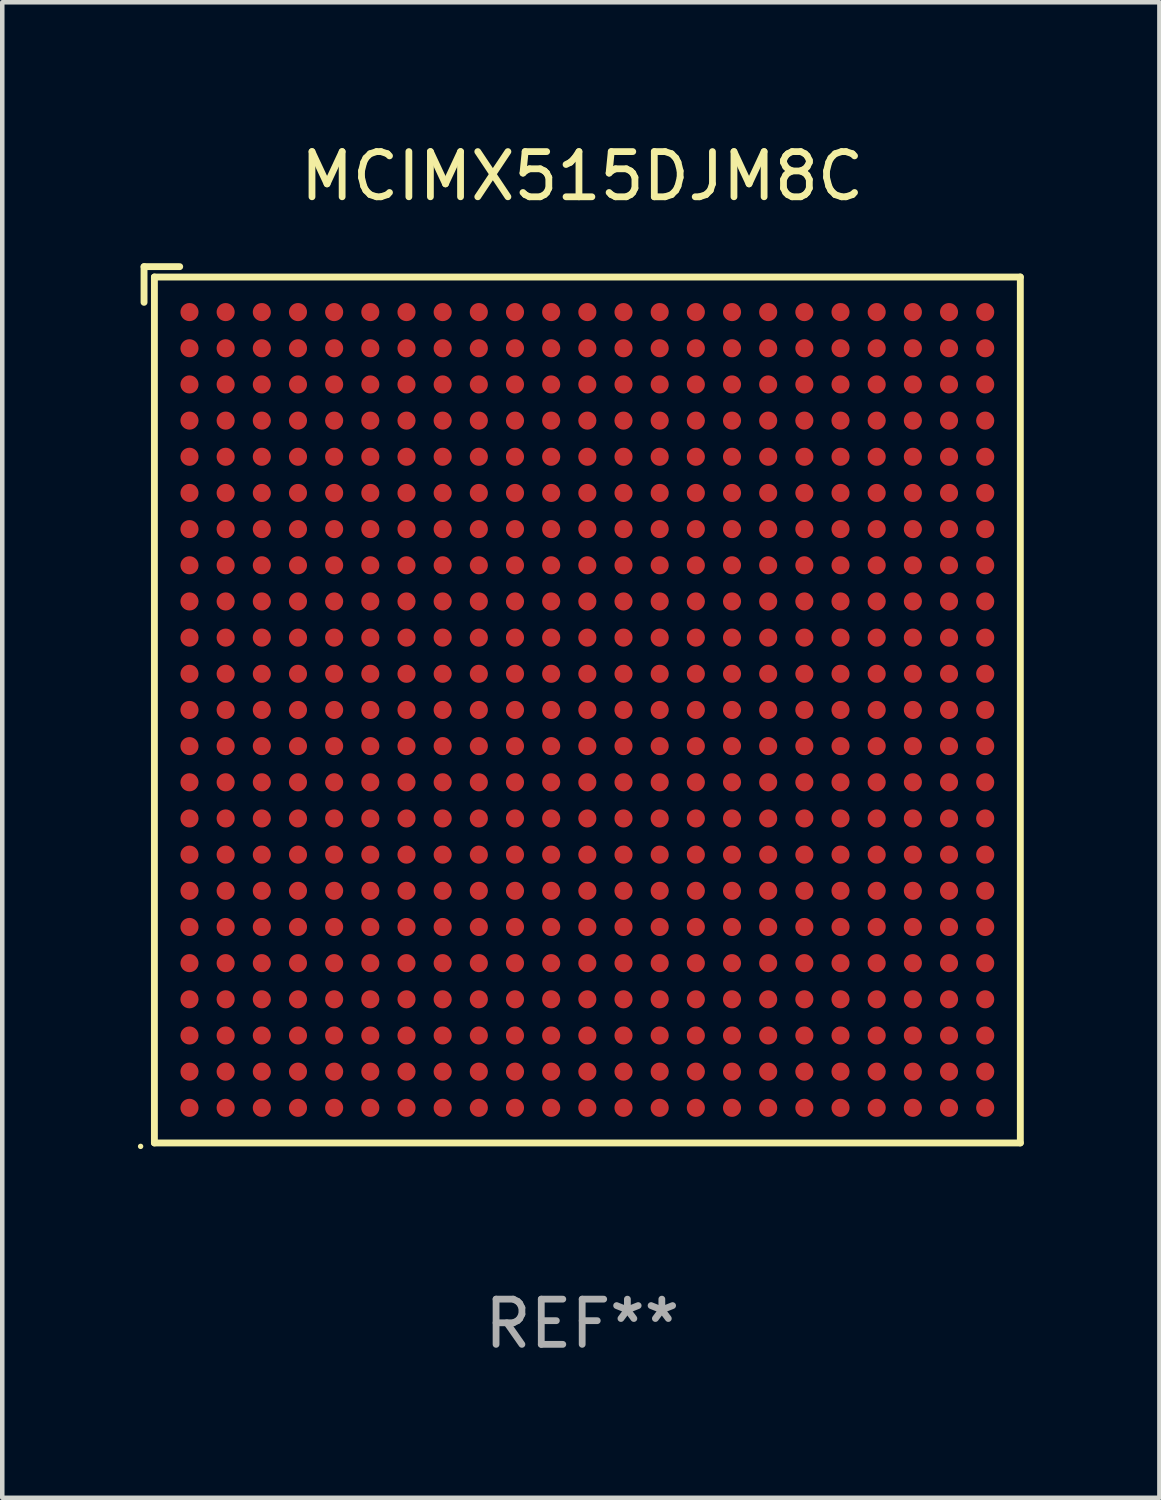
<source format=kicad_pcb>
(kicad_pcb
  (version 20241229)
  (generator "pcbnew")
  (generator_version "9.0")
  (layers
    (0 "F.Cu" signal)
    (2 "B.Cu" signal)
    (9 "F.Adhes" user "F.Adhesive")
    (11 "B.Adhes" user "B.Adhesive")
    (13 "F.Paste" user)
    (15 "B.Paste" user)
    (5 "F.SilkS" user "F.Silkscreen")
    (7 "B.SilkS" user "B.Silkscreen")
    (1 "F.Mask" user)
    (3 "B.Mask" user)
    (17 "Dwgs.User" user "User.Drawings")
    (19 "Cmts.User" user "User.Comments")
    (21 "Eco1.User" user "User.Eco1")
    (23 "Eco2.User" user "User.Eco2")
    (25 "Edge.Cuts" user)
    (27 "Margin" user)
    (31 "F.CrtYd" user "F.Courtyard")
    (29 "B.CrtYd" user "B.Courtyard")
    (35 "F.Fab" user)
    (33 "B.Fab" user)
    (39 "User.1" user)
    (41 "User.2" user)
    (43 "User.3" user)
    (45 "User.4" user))
  (footprint "MCIMX515DJM8C"
    (layer "F.Cu")
    (at 9.827 12.539)
    (property "Reference" "MCIMX515DJM8C" (at 0 -11.691 0) (layer "F.SilkS") (effects (font (size 1 1) (thickness 0.15))))
    (attr through_hole)
    (fp_line (start -9.691 -9.691) (end -9.691 -8.902) (stroke (width 0.152) (type solid)) (layer "F.SilkS"))
    (fp_line (start -9.462 -9.462) (end 9.691 -9.462) (stroke (width 0.152) (type solid)) (layer "F.SilkS"))
    (fp_line (start -9.462 9.691) (end -9.462 -9.462) (stroke (width 0.152) (type solid)) (layer "F.SilkS"))
    (fp_line (start -8.902 -9.691) (end -9.691 -9.691) (stroke (width 0.152) (type solid)) (layer "F.SilkS"))
    (fp_line (start 9.691 -9.462) (end 9.691 9.691) (stroke (width 0.152) (type solid)) (layer "F.SilkS"))
    (fp_line (start 9.691 9.691) (end -9.462 9.691) (stroke (width 0.152) (type solid)) (layer "F.SilkS"))
    (fp_circle (center -9.767 9.767) (end -9.737 9.767) (stroke (width 0.06) (type solid)) (fill no) (layer "F.SilkS"))
    (fp_text user "REF**" (at 0 13.691 0) (layer "F.Fab") (effects (font (size 1 1) (thickness 0.15))))
    (pad "A1" smd circle (at -8.686 -8.686) (size 0.4 0.4) (layers "F.Cu" "F.Mask" "F.Paste"))
    (pad "A2" smd circle (at -7.886 -8.686) (size 0.4 0.4) (layers "F.Cu" "F.Mask" "F.Paste"))
    (pad "A3" smd circle (at -7.086 -8.686) (size 0.4 0.4) (layers "F.Cu" "F.Mask" "F.Paste"))
    (pad "A4" smd circle (at -6.286 -8.686) (size 0.4 0.4) (layers "F.Cu" "F.Mask" "F.Paste"))
    (pad "A5" smd circle (at -5.486 -8.686) (size 0.4 0.4) (layers "F.Cu" "F.Mask" "F.Paste"))
    (pad "A6" smd circle (at -4.686 -8.686) (size 0.4 0.4) (layers "F.Cu" "F.Mask" "F.Paste"))
    (pad "A7" smd circle (at -3.886 -8.686) (size 0.4 0.4) (layers "F.Cu" "F.Mask" "F.Paste"))
    (pad "A8" smd circle (at -3.086 -8.686) (size 0.4 0.4) (layers "F.Cu" "F.Mask" "F.Paste"))
    (pad "A9" smd circle (at -2.286 -8.686) (size 0.4 0.4) (layers "F.Cu" "F.Mask" "F.Paste"))
    (pad "A10" smd circle (at -1.486 -8.686) (size 0.4 0.4) (layers "F.Cu" "F.Mask" "F.Paste"))
    (pad "A11" smd circle (at -0.686 -8.686) (size 0.4 0.4) (layers "F.Cu" "F.Mask" "F.Paste"))
    (pad "A12" smd circle (at 0.114 -8.686) (size 0.4 0.4) (layers "F.Cu" "F.Mask" "F.Paste"))
    (pad "A13" smd circle (at 0.914 -8.686) (size 0.4 0.4) (layers "F.Cu" "F.Mask" "F.Paste"))
    (pad "A14" smd circle (at 1.714 -8.686) (size 0.4 0.4) (layers "F.Cu" "F.Mask" "F.Paste"))
    (pad "A15" smd circle (at 2.514 -8.686) (size 0.4 0.4) (layers "F.Cu" "F.Mask" "F.Paste"))
    (pad "A16" smd circle (at 3.314 -8.686) (size 0.4 0.4) (layers "F.Cu" "F.Mask" "F.Paste"))
    (pad "A17" smd circle (at 4.114 -8.686) (size 0.4 0.4) (layers "F.Cu" "F.Mask" "F.Paste"))
    (pad "A18" smd circle (at 4.914 -8.686) (size 0.4 0.4) (layers "F.Cu" "F.Mask" "F.Paste"))
    (pad "A19" smd circle (at 5.714 -8.686) (size 0.4 0.4) (layers "F.Cu" "F.Mask" "F.Paste"))
    (pad "A20" smd circle (at 6.514 -8.686) (size 0.4 0.4) (layers "F.Cu" "F.Mask" "F.Paste"))
    (pad "A21" smd circle (at 7.314 -8.686) (size 0.4 0.4) (layers "F.Cu" "F.Mask" "F.Paste"))
    (pad "A22" smd circle (at 8.114 -8.686) (size 0.4 0.4) (layers "F.Cu" "F.Mask" "F.Paste"))
    (pad "A23" smd circle (at 8.914 -8.686) (size 0.4 0.4) (layers "F.Cu" "F.Mask" "F.Paste"))
    (pad "AA1" smd circle (at -8.686 7.314) (size 0.4 0.4) (layers "F.Cu" "F.Mask" "F.Paste"))
    (pad "AA2" smd circle (at -7.886 7.314) (size 0.4 0.4) (layers "F.Cu" "F.Mask" "F.Paste"))
    (pad "AA3" smd circle (at -7.086 7.314) (size 0.4 0.4) (layers "F.Cu" "F.Mask" "F.Paste"))
    (pad "AA4" smd circle (at -6.286 7.314) (size 0.4 0.4) (layers "F.Cu" "F.Mask" "F.Paste"))
    (pad "AA5" smd circle (at -5.486 7.314) (size 0.4 0.4) (layers "F.Cu" "F.Mask" "F.Paste"))
    (pad "AA6" smd circle (at -4.686 7.314) (size 0.4 0.4) (layers "F.Cu" "F.Mask" "F.Paste"))
    (pad "AA7" smd circle (at -3.886 7.314) (size 0.4 0.4) (layers "F.Cu" "F.Mask" "F.Paste"))
    (pad "AA8" smd circle (at -3.086 7.314) (size 0.4 0.4) (layers "F.Cu" "F.Mask" "F.Paste"))
    (pad "AA9" smd circle (at -2.286 7.314) (size 0.4 0.4) (layers "F.Cu" "F.Mask" "F.Paste"))
    (pad "AA10" smd circle (at -1.486 7.314) (size 0.4 0.4) (layers "F.Cu" "F.Mask" "F.Paste"))
    (pad "AA11" smd circle (at -0.686 7.314) (size 0.4 0.4) (layers "F.Cu" "F.Mask" "F.Paste"))
    (pad "AA12" smd circle (at 0.114 7.314) (size 0.4 0.4) (layers "F.Cu" "F.Mask" "F.Paste"))
    (pad "AA13" smd circle (at 0.914 7.314) (size 0.4 0.4) (layers "F.Cu" "F.Mask" "F.Paste"))
    (pad "AA14" smd circle (at 1.714 7.314) (size 0.4 0.4) (layers "F.Cu" "F.Mask" "F.Paste"))
    (pad "AA15" smd circle (at 2.514 7.314) (size 0.4 0.4) (layers "F.Cu" "F.Mask" "F.Paste"))
    (pad "AA16" smd circle (at 3.314 7.314) (size 0.4 0.4) (layers "F.Cu" "F.Mask" "F.Paste"))
    (pad "AA17" smd circle (at 4.114 7.314) (size 0.4 0.4) (layers "F.Cu" "F.Mask" "F.Paste"))
    (pad "AA18" smd circle (at 4.914 7.314) (size 0.4 0.4) (layers "F.Cu" "F.Mask" "F.Paste"))
    (pad "AA19" smd circle (at 5.714 7.314) (size 0.4 0.4) (layers "F.Cu" "F.Mask" "F.Paste"))
    (pad "AA20" smd circle (at 6.514 7.314) (size 0.4 0.4) (layers "F.Cu" "F.Mask" "F.Paste"))
    (pad "AA21" smd circle (at 7.314 7.314) (size 0.4 0.4) (layers "F.Cu" "F.Mask" "F.Paste"))
    (pad "AA22" smd circle (at 8.114 7.314) (size 0.4 0.4) (layers "F.Cu" "F.Mask" "F.Paste"))
    (pad "AA23" smd circle (at 8.914 7.314) (size 0.4 0.4) (layers "F.Cu" "F.Mask" "F.Paste"))
    (pad "AB1" smd circle (at -8.686 8.114) (size 0.4 0.4) (layers "F.Cu" "F.Mask" "F.Paste"))
    (pad "AB2" smd circle (at -7.886 8.114) (size 0.4 0.4) (layers "F.Cu" "F.Mask" "F.Paste"))
    (pad "AB3" smd circle (at -7.086 8.114) (size 0.4 0.4) (layers "F.Cu" "F.Mask" "F.Paste"))
    (pad "AB4" smd circle (at -6.286 8.114) (size 0.4 0.4) (layers "F.Cu" "F.Mask" "F.Paste"))
    (pad "AB5" smd circle (at -5.486 8.114) (size 0.4 0.4) (layers "F.Cu" "F.Mask" "F.Paste"))
    (pad "AB6" smd circle (at -4.686 8.114) (size 0.4 0.4) (layers "F.Cu" "F.Mask" "F.Paste"))
    (pad "AB7" smd circle (at -3.886 8.114) (size 0.4 0.4) (layers "F.Cu" "F.Mask" "F.Paste"))
    (pad "AB8" smd circle (at -3.086 8.114) (size 0.4 0.4) (layers "F.Cu" "F.Mask" "F.Paste"))
    (pad "AB9" smd circle (at -2.286 8.114) (size 0.4 0.4) (layers "F.Cu" "F.Mask" "F.Paste"))
    (pad "AB10" smd circle (at -1.486 8.114) (size 0.4 0.4) (layers "F.Cu" "F.Mask" "F.Paste"))
    (pad "AB11" smd circle (at -0.686 8.114) (size 0.4 0.4) (layers "F.Cu" "F.Mask" "F.Paste"))
    (pad "AB12" smd circle (at 0.114 8.114) (size 0.4 0.4) (layers "F.Cu" "F.Mask" "F.Paste"))
    (pad "AB13" smd circle (at 0.914 8.114) (size 0.4 0.4) (layers "F.Cu" "F.Mask" "F.Paste"))
    (pad "AB14" smd circle (at 1.714 8.114) (size 0.4 0.4) (layers "F.Cu" "F.Mask" "F.Paste"))
    (pad "AB15" smd circle (at 2.514 8.114) (size 0.4 0.4) (layers "F.Cu" "F.Mask" "F.Paste"))
    (pad "AB16" smd circle (at 3.314 8.114) (size 0.4 0.4) (layers "F.Cu" "F.Mask" "F.Paste"))
    (pad "AB17" smd circle (at 4.114 8.114) (size 0.4 0.4) (layers "F.Cu" "F.Mask" "F.Paste"))
    (pad "AB18" smd circle (at 4.914 8.114) (size 0.4 0.4) (layers "F.Cu" "F.Mask" "F.Paste"))
    (pad "AB19" smd circle (at 5.714 8.114) (size 0.4 0.4) (layers "F.Cu" "F.Mask" "F.Paste"))
    (pad "AB20" smd circle (at 6.514 8.114) (size 0.4 0.4) (layers "F.Cu" "F.Mask" "F.Paste"))
    (pad "AB21" smd circle (at 7.314 8.114) (size 0.4 0.4) (layers "F.Cu" "F.Mask" "F.Paste"))
    (pad "AB22" smd circle (at 8.114 8.114) (size 0.4 0.4) (layers "F.Cu" "F.Mask" "F.Paste"))
    (pad "AB23" smd circle (at 8.914 8.114) (size 0.4 0.4) (layers "F.Cu" "F.Mask" "F.Paste"))
    (pad "AC1" smd circle (at -8.686 8.914) (size 0.4 0.4) (layers "F.Cu" "F.Mask" "F.Paste"))
    (pad "AC2" smd circle (at -7.886 8.914) (size 0.4 0.4) (layers "F.Cu" "F.Mask" "F.Paste"))
    (pad "AC3" smd circle (at -7.086 8.914) (size 0.4 0.4) (layers "F.Cu" "F.Mask" "F.Paste"))
    (pad "AC4" smd circle (at -6.286 8.914) (size 0.4 0.4) (layers "F.Cu" "F.Mask" "F.Paste"))
    (pad "AC5" smd circle (at -5.486 8.914) (size 0.4 0.4) (layers "F.Cu" "F.Mask" "F.Paste"))
    (pad "AC6" smd circle (at -4.686 8.914) (size 0.4 0.4) (layers "F.Cu" "F.Mask" "F.Paste"))
    (pad "AC7" smd circle (at -3.886 8.914) (size 0.4 0.4) (layers "F.Cu" "F.Mask" "F.Paste"))
    (pad "AC8" smd circle (at -3.086 8.914) (size 0.4 0.4) (layers "F.Cu" "F.Mask" "F.Paste"))
    (pad "AC9" smd circle (at -2.286 8.914) (size 0.4 0.4) (layers "F.Cu" "F.Mask" "F.Paste"))
    (pad "AC10" smd circle (at -1.486 8.914) (size 0.4 0.4) (layers "F.Cu" "F.Mask" "F.Paste"))
    (pad "AC11" smd circle (at -0.686 8.914) (size 0.4 0.4) (layers "F.Cu" "F.Mask" "F.Paste"))
    (pad "AC12" smd circle (at 0.114 8.914) (size 0.4 0.4) (layers "F.Cu" "F.Mask" "F.Paste"))
    (pad "AC13" smd circle (at 0.914 8.914) (size 0.4 0.4) (layers "F.Cu" "F.Mask" "F.Paste"))
    (pad "AC14" smd circle (at 1.714 8.914) (size 0.4 0.4) (layers "F.Cu" "F.Mask" "F.Paste"))
    (pad "AC15" smd circle (at 2.514 8.914) (size 0.4 0.4) (layers "F.Cu" "F.Mask" "F.Paste"))
    (pad "AC16" smd circle (at 3.314 8.914) (size 0.4 0.4) (layers "F.Cu" "F.Mask" "F.Paste"))
    (pad "AC17" smd circle (at 4.114 8.914) (size 0.4 0.4) (layers "F.Cu" "F.Mask" "F.Paste"))
    (pad "AC18" smd circle (at 4.914 8.914) (size 0.4 0.4) (layers "F.Cu" "F.Mask" "F.Paste"))
    (pad "AC19" smd circle (at 5.714 8.914) (size 0.4 0.4) (layers "F.Cu" "F.Mask" "F.Paste"))
    (pad "AC20" smd circle (at 6.514 8.914) (size 0.4 0.4) (layers "F.Cu" "F.Mask" "F.Paste"))
    (pad "AC21" smd circle (at 7.314 8.914) (size 0.4 0.4) (layers "F.Cu" "F.Mask" "F.Paste"))
    (pad "AC22" smd circle (at 8.114 8.914) (size 0.4 0.4) (layers "F.Cu" "F.Mask" "F.Paste"))
    (pad "AC23" smd circle (at 8.914 8.914) (size 0.4 0.4) (layers "F.Cu" "F.Mask" "F.Paste"))
    (pad "B1" smd circle (at -8.686 -7.886) (size 0.4 0.4) (layers "F.Cu" "F.Mask" "F.Paste"))
    (pad "B2" smd circle (at -7.886 -7.886) (size 0.4 0.4) (layers "F.Cu" "F.Mask" "F.Paste"))
    (pad "B3" smd circle (at -7.086 -7.886) (size 0.4 0.4) (layers "F.Cu" "F.Mask" "F.Paste"))
    (pad "B4" smd circle (at -6.286 -7.886) (size 0.4 0.4) (layers "F.Cu" "F.Mask" "F.Paste"))
    (pad "B5" smd circle (at -5.486 -7.886) (size 0.4 0.4) (layers "F.Cu" "F.Mask" "F.Paste"))
    (pad "B6" smd circle (at -4.686 -7.886) (size 0.4 0.4) (layers "F.Cu" "F.Mask" "F.Paste"))
    (pad "B7" smd circle (at -3.886 -7.886) (size 0.4 0.4) (layers "F.Cu" "F.Mask" "F.Paste"))
    (pad "B8" smd circle (at -3.086 -7.886) (size 0.4 0.4) (layers "F.Cu" "F.Mask" "F.Paste"))
    (pad "B9" smd circle (at -2.286 -7.886) (size 0.4 0.4) (layers "F.Cu" "F.Mask" "F.Paste"))
    (pad "B10" smd circle (at -1.486 -7.886) (size 0.4 0.4) (layers "F.Cu" "F.Mask" "F.Paste"))
    (pad "B11" smd circle (at -0.686 -7.886) (size 0.4 0.4) (layers "F.Cu" "F.Mask" "F.Paste"))
    (pad "B12" smd circle (at 0.114 -7.886) (size 0.4 0.4) (layers "F.Cu" "F.Mask" "F.Paste"))
    (pad "B13" smd circle (at 0.914 -7.886) (size 0.4 0.4) (layers "F.Cu" "F.Mask" "F.Paste"))
    (pad "B14" smd circle (at 1.714 -7.886) (size 0.4 0.4) (layers "F.Cu" "F.Mask" "F.Paste"))
    (pad "B15" smd circle (at 2.514 -7.886) (size 0.4 0.4) (layers "F.Cu" "F.Mask" "F.Paste"))
    (pad "B16" smd circle (at 3.314 -7.886) (size 0.4 0.4) (layers "F.Cu" "F.Mask" "F.Paste"))
    (pad "B17" smd circle (at 4.114 -7.886) (size 0.4 0.4) (layers "F.Cu" "F.Mask" "F.Paste"))
    (pad "B18" smd circle (at 4.914 -7.886) (size 0.4 0.4) (layers "F.Cu" "F.Mask" "F.Paste"))
    (pad "B19" smd circle (at 5.714 -7.886) (size 0.4 0.4) (layers "F.Cu" "F.Mask" "F.Paste"))
    (pad "B20" smd circle (at 6.514 -7.886) (size 0.4 0.4) (layers "F.Cu" "F.Mask" "F.Paste"))
    (pad "B21" smd circle (at 7.314 -7.886) (size 0.4 0.4) (layers "F.Cu" "F.Mask" "F.Paste"))
    (pad "B22" smd circle (at 8.114 -7.886) (size 0.4 0.4) (layers "F.Cu" "F.Mask" "F.Paste"))
    (pad "B23" smd circle (at 8.914 -7.886) (size 0.4 0.4) (layers "F.Cu" "F.Mask" "F.Paste"))
    (pad "C1" smd circle (at -8.686 -7.086) (size 0.4 0.4) (layers "F.Cu" "F.Mask" "F.Paste"))
    (pad "C2" smd circle (at -7.886 -7.086) (size 0.4 0.4) (layers "F.Cu" "F.Mask" "F.Paste"))
    (pad "C3" smd circle (at -7.086 -7.086) (size 0.4 0.4) (layers "F.Cu" "F.Mask" "F.Paste"))
    (pad "C4" smd circle (at -6.286 -7.086) (size 0.4 0.4) (layers "F.Cu" "F.Mask" "F.Paste"))
    (pad "C5" smd circle (at -5.486 -7.086) (size 0.4 0.4) (layers "F.Cu" "F.Mask" "F.Paste"))
    (pad "C6" smd circle (at -4.686 -7.086) (size 0.4 0.4) (layers "F.Cu" "F.Mask" "F.Paste"))
    (pad "C7" smd circle (at -3.886 -7.086) (size 0.4 0.4) (layers "F.Cu" "F.Mask" "F.Paste"))
    (pad "C8" smd circle (at -3.086 -7.086) (size 0.4 0.4) (layers "F.Cu" "F.Mask" "F.Paste"))
    (pad "C9" smd circle (at -2.286 -7.086) (size 0.4 0.4) (layers "F.Cu" "F.Mask" "F.Paste"))
    (pad "C10" smd circle (at -1.486 -7.086) (size 0.4 0.4) (layers "F.Cu" "F.Mask" "F.Paste"))
    (pad "C11" smd circle (at -0.686 -7.086) (size 0.4 0.4) (layers "F.Cu" "F.Mask" "F.Paste"))
    (pad "C12" smd circle (at 0.114 -7.086) (size 0.4 0.4) (layers "F.Cu" "F.Mask" "F.Paste"))
    (pad "C13" smd circle (at 0.914 -7.086) (size 0.4 0.4) (layers "F.Cu" "F.Mask" "F.Paste"))
    (pad "C14" smd circle (at 1.714 -7.086) (size 0.4 0.4) (layers "F.Cu" "F.Mask" "F.Paste"))
    (pad "C15" smd circle (at 2.514 -7.086) (size 0.4 0.4) (layers "F.Cu" "F.Mask" "F.Paste"))
    (pad "C16" smd circle (at 3.314 -7.086) (size 0.4 0.4) (layers "F.Cu" "F.Mask" "F.Paste"))
    (pad "C17" smd circle (at 4.114 -7.086) (size 0.4 0.4) (layers "F.Cu" "F.Mask" "F.Paste"))
    (pad "C18" smd circle (at 4.914 -7.086) (size 0.4 0.4) (layers "F.Cu" "F.Mask" "F.Paste"))
    (pad "C19" smd circle (at 5.714 -7.086) (size 0.4 0.4) (layers "F.Cu" "F.Mask" "F.Paste"))
    (pad "C20" smd circle (at 6.514 -7.086) (size 0.4 0.4) (layers "F.Cu" "F.Mask" "F.Paste"))
    (pad "C21" smd circle (at 7.314 -7.086) (size 0.4 0.4) (layers "F.Cu" "F.Mask" "F.Paste"))
    (pad "C22" smd circle (at 8.114 -7.086) (size 0.4 0.4) (layers "F.Cu" "F.Mask" "F.Paste"))
    (pad "C23" smd circle (at 8.914 -7.086) (size 0.4 0.4) (layers "F.Cu" "F.Mask" "F.Paste"))
    (pad "D1" smd circle (at -8.686 -6.286) (size 0.4 0.4) (layers "F.Cu" "F.Mask" "F.Paste"))
    (pad "D2" smd circle (at -7.886 -6.286) (size 0.4 0.4) (layers "F.Cu" "F.Mask" "F.Paste"))
    (pad "D3" smd circle (at -7.086 -6.286) (size 0.4 0.4) (layers "F.Cu" "F.Mask" "F.Paste"))
    (pad "D4" smd circle (at -6.286 -6.286) (size 0.4 0.4) (layers "F.Cu" "F.Mask" "F.Paste"))
    (pad "D5" smd circle (at -5.486 -6.286) (size 0.4 0.4) (layers "F.Cu" "F.Mask" "F.Paste"))
    (pad "D6" smd circle (at -4.686 -6.286) (size 0.4 0.4) (layers "F.Cu" "F.Mask" "F.Paste"))
    (pad "D7" smd circle (at -3.886 -6.286) (size 0.4 0.4) (layers "F.Cu" "F.Mask" "F.Paste"))
    (pad "D8" smd circle (at -3.086 -6.286) (size 0.4 0.4) (layers "F.Cu" "F.Mask" "F.Paste"))
    (pad "D9" smd circle (at -2.286 -6.286) (size 0.4 0.4) (layers "F.Cu" "F.Mask" "F.Paste"))
    (pad "D10" smd circle (at -1.486 -6.286) (size 0.4 0.4) (layers "F.Cu" "F.Mask" "F.Paste"))
    (pad "D11" smd circle (at -0.686 -6.286) (size 0.4 0.4) (layers "F.Cu" "F.Mask" "F.Paste"))
    (pad "D12" smd circle (at 0.114 -6.286) (size 0.4 0.4) (layers "F.Cu" "F.Mask" "F.Paste"))
    (pad "D13" smd circle (at 0.914 -6.286) (size 0.4 0.4) (layers "F.Cu" "F.Mask" "F.Paste"))
    (pad "D14" smd circle (at 1.714 -6.286) (size 0.4 0.4) (layers "F.Cu" "F.Mask" "F.Paste"))
    (pad "D15" smd circle (at 2.514 -6.286) (size 0.4 0.4) (layers "F.Cu" "F.Mask" "F.Paste"))
    (pad "D16" smd circle (at 3.314 -6.286) (size 0.4 0.4) (layers "F.Cu" "F.Mask" "F.Paste"))
    (pad "D17" smd circle (at 4.114 -6.286) (size 0.4 0.4) (layers "F.Cu" "F.Mask" "F.Paste"))
    (pad "D18" smd circle (at 4.914 -6.286) (size 0.4 0.4) (layers "F.Cu" "F.Mask" "F.Paste"))
    (pad "D19" smd circle (at 5.714 -6.286) (size 0.4 0.4) (layers "F.Cu" "F.Mask" "F.Paste"))
    (pad "D20" smd circle (at 6.514 -6.286) (size 0.4 0.4) (layers "F.Cu" "F.Mask" "F.Paste"))
    (pad "D21" smd circle (at 7.314 -6.286) (size 0.4 0.4) (layers "F.Cu" "F.Mask" "F.Paste"))
    (pad "D22" smd circle (at 8.114 -6.286) (size 0.4 0.4) (layers "F.Cu" "F.Mask" "F.Paste"))
    (pad "D23" smd circle (at 8.914 -6.286) (size 0.4 0.4) (layers "F.Cu" "F.Mask" "F.Paste"))
    (pad "E1" smd circle (at -8.686 -5.486) (size 0.4 0.4) (layers "F.Cu" "F.Mask" "F.Paste"))
    (pad "E2" smd circle (at -7.886 -5.486) (size 0.4 0.4) (layers "F.Cu" "F.Mask" "F.Paste"))
    (pad "E3" smd circle (at -7.086 -5.486) (size 0.4 0.4) (layers "F.Cu" "F.Mask" "F.Paste"))
    (pad "E4" smd circle (at -6.286 -5.486) (size 0.4 0.4) (layers "F.Cu" "F.Mask" "F.Paste"))
    (pad "E5" smd circle (at -5.486 -5.486) (size 0.4 0.4) (layers "F.Cu" "F.Mask" "F.Paste"))
    (pad "E6" smd circle (at -4.686 -5.486) (size 0.4 0.4) (layers "F.Cu" "F.Mask" "F.Paste"))
    (pad "E7" smd circle (at -3.886 -5.486) (size 0.4 0.4) (layers "F.Cu" "F.Mask" "F.Paste"))
    (pad "E8" smd circle (at -3.086 -5.486) (size 0.4 0.4) (layers "F.Cu" "F.Mask" "F.Paste"))
    (pad "E9" smd circle (at -2.286 -5.486) (size 0.4 0.4) (layers "F.Cu" "F.Mask" "F.Paste"))
    (pad "E10" smd circle (at -1.486 -5.486) (size 0.4 0.4) (layers "F.Cu" "F.Mask" "F.Paste"))
    (pad "E11" smd circle (at -0.686 -5.486) (size 0.4 0.4) (layers "F.Cu" "F.Mask" "F.Paste"))
    (pad "E12" smd circle (at 0.114 -5.486) (size 0.4 0.4) (layers "F.Cu" "F.Mask" "F.Paste"))
    (pad "E13" smd circle (at 0.914 -5.486) (size 0.4 0.4) (layers "F.Cu" "F.Mask" "F.Paste"))
    (pad "E14" smd circle (at 1.714 -5.486) (size 0.4 0.4) (layers "F.Cu" "F.Mask" "F.Paste"))
    (pad "E15" smd circle (at 2.514 -5.486) (size 0.4 0.4) (layers "F.Cu" "F.Mask" "F.Paste"))
    (pad "E16" smd circle (at 3.314 -5.486) (size 0.4 0.4) (layers "F.Cu" "F.Mask" "F.Paste"))
    (pad "E17" smd circle (at 4.114 -5.486) (size 0.4 0.4) (layers "F.Cu" "F.Mask" "F.Paste"))
    (pad "E18" smd circle (at 4.914 -5.486) (size 0.4 0.4) (layers "F.Cu" "F.Mask" "F.Paste"))
    (pad "E19" smd circle (at 5.714 -5.486) (size 0.4 0.4) (layers "F.Cu" "F.Mask" "F.Paste"))
    (pad "E20" smd circle (at 6.514 -5.486) (size 0.4 0.4) (layers "F.Cu" "F.Mask" "F.Paste"))
    (pad "E21" smd circle (at 7.314 -5.486) (size 0.4 0.4) (layers "F.Cu" "F.Mask" "F.Paste"))
    (pad "E22" smd circle (at 8.114 -5.486) (size 0.4 0.4) (layers "F.Cu" "F.Mask" "F.Paste"))
    (pad "E23" smd circle (at 8.914 -5.486) (size 0.4 0.4) (layers "F.Cu" "F.Mask" "F.Paste"))
    (pad "F1" smd circle (at -8.686 -4.686) (size 0.4 0.4) (layers "F.Cu" "F.Mask" "F.Paste"))
    (pad "F2" smd circle (at -7.886 -4.686) (size 0.4 0.4) (layers "F.Cu" "F.Mask" "F.Paste"))
    (pad "F3" smd circle (at -7.086 -4.686) (size 0.4 0.4) (layers "F.Cu" "F.Mask" "F.Paste"))
    (pad "F4" smd circle (at -6.286 -4.686) (size 0.4 0.4) (layers "F.Cu" "F.Mask" "F.Paste"))
    (pad "F5" smd circle (at -5.486 -4.686) (size 0.4 0.4) (layers "F.Cu" "F.Mask" "F.Paste"))
    (pad "F6" smd circle (at -4.686 -4.686) (size 0.4 0.4) (layers "F.Cu" "F.Mask" "F.Paste"))
    (pad "F7" smd circle (at -3.886 -4.686) (size 0.4 0.4) (layers "F.Cu" "F.Mask" "F.Paste"))
    (pad "F8" smd circle (at -3.086 -4.686) (size 0.4 0.4) (layers "F.Cu" "F.Mask" "F.Paste"))
    (pad "F9" smd circle (at -2.286 -4.686) (size 0.4 0.4) (layers "F.Cu" "F.Mask" "F.Paste"))
    (pad "F10" smd circle (at -1.486 -4.686) (size 0.4 0.4) (layers "F.Cu" "F.Mask" "F.Paste"))
    (pad "F11" smd circle (at -0.686 -4.686) (size 0.4 0.4) (layers "F.Cu" "F.Mask" "F.Paste"))
    (pad "F12" smd circle (at 0.114 -4.686) (size 0.4 0.4) (layers "F.Cu" "F.Mask" "F.Paste"))
    (pad "F13" smd circle (at 0.914 -4.686) (size 0.4 0.4) (layers "F.Cu" "F.Mask" "F.Paste"))
    (pad "F14" smd circle (at 1.714 -4.686) (size 0.4 0.4) (layers "F.Cu" "F.Mask" "F.Paste"))
    (pad "F15" smd circle (at 2.514 -4.686) (size 0.4 0.4) (layers "F.Cu" "F.Mask" "F.Paste"))
    (pad "F16" smd circle (at 3.314 -4.686) (size 0.4 0.4) (layers "F.Cu" "F.Mask" "F.Paste"))
    (pad "F17" smd circle (at 4.114 -4.686) (size 0.4 0.4) (layers "F.Cu" "F.Mask" "F.Paste"))
    (pad "F18" smd circle (at 4.914 -4.686) (size 0.4 0.4) (layers "F.Cu" "F.Mask" "F.Paste"))
    (pad "F19" smd circle (at 5.714 -4.686) (size 0.4 0.4) (layers "F.Cu" "F.Mask" "F.Paste"))
    (pad "F20" smd circle (at 6.514 -4.686) (size 0.4 0.4) (layers "F.Cu" "F.Mask" "F.Paste"))
    (pad "F21" smd circle (at 7.314 -4.686) (size 0.4 0.4) (layers "F.Cu" "F.Mask" "F.Paste"))
    (pad "F22" smd circle (at 8.114 -4.686) (size 0.4 0.4) (layers "F.Cu" "F.Mask" "F.Paste"))
    (pad "F23" smd circle (at 8.914 -4.686) (size 0.4 0.4) (layers "F.Cu" "F.Mask" "F.Paste"))
    (pad "G1" smd circle (at -8.686 -3.886) (size 0.4 0.4) (layers "F.Cu" "F.Mask" "F.Paste"))
    (pad "G2" smd circle (at -7.886 -3.886) (size 0.4 0.4) (layers "F.Cu" "F.Mask" "F.Paste"))
    (pad "G3" smd circle (at -7.086 -3.886) (size 0.4 0.4) (layers "F.Cu" "F.Mask" "F.Paste"))
    (pad "G4" smd circle (at -6.286 -3.886) (size 0.4 0.4) (layers "F.Cu" "F.Mask" "F.Paste"))
    (pad "G5" smd circle (at -5.486 -3.886) (size 0.4 0.4) (layers "F.Cu" "F.Mask" "F.Paste"))
    (pad "G6" smd circle (at -4.686 -3.886) (size 0.4 0.4) (layers "F.Cu" "F.Mask" "F.Paste"))
    (pad "G7" smd circle (at -3.886 -3.886) (size 0.4 0.4) (layers "F.Cu" "F.Mask" "F.Paste"))
    (pad "G8" smd circle (at -3.086 -3.886) (size 0.4 0.4) (layers "F.Cu" "F.Mask" "F.Paste"))
    (pad "G9" smd circle (at -2.286 -3.886) (size 0.4 0.4) (layers "F.Cu" "F.Mask" "F.Paste"))
    (pad "G10" smd circle (at -1.486 -3.886) (size 0.4 0.4) (layers "F.Cu" "F.Mask" "F.Paste"))
    (pad "G11" smd circle (at -0.686 -3.886) (size 0.4 0.4) (layers "F.Cu" "F.Mask" "F.Paste"))
    (pad "G12" smd circle (at 0.114 -3.886) (size 0.4 0.4) (layers "F.Cu" "F.Mask" "F.Paste"))
    (pad "G13" smd circle (at 0.914 -3.886) (size 0.4 0.4) (layers "F.Cu" "F.Mask" "F.Paste"))
    (pad "G14" smd circle (at 1.714 -3.886) (size 0.4 0.4) (layers "F.Cu" "F.Mask" "F.Paste"))
    (pad "G15" smd circle (at 2.514 -3.886) (size 0.4 0.4) (layers "F.Cu" "F.Mask" "F.Paste"))
    (pad "G16" smd circle (at 3.314 -3.886) (size 0.4 0.4) (layers "F.Cu" "F.Mask" "F.Paste"))
    (pad "G17" smd circle (at 4.114 -3.886) (size 0.4 0.4) (layers "F.Cu" "F.Mask" "F.Paste"))
    (pad "G18" smd circle (at 4.914 -3.886) (size 0.4 0.4) (layers "F.Cu" "F.Mask" "F.Paste"))
    (pad "G19" smd circle (at 5.714 -3.886) (size 0.4 0.4) (layers "F.Cu" "F.Mask" "F.Paste"))
    (pad "G20" smd circle (at 6.514 -3.886) (size 0.4 0.4) (layers "F.Cu" "F.Mask" "F.Paste"))
    (pad "G21" smd circle (at 7.314 -3.886) (size 0.4 0.4) (layers "F.Cu" "F.Mask" "F.Paste"))
    (pad "G22" smd circle (at 8.114 -3.886) (size 0.4 0.4) (layers "F.Cu" "F.Mask" "F.Paste"))
    (pad "G23" smd circle (at 8.914 -3.886) (size 0.4 0.4) (layers "F.Cu" "F.Mask" "F.Paste"))
    (pad "H1" smd circle (at -8.686 -3.086) (size 0.4 0.4) (layers "F.Cu" "F.Mask" "F.Paste"))
    (pad "H2" smd circle (at -7.886 -3.086) (size 0.4 0.4) (layers "F.Cu" "F.Mask" "F.Paste"))
    (pad "H3" smd circle (at -7.086 -3.086) (size 0.4 0.4) (layers "F.Cu" "F.Mask" "F.Paste"))
    (pad "H4" smd circle (at -6.286 -3.086) (size 0.4 0.4) (layers "F.Cu" "F.Mask" "F.Paste"))
    (pad "H5" smd circle (at -5.486 -3.086) (size 0.4 0.4) (layers "F.Cu" "F.Mask" "F.Paste"))
    (pad "H6" smd circle (at -4.686 -3.086) (size 0.4 0.4) (layers "F.Cu" "F.Mask" "F.Paste"))
    (pad "H7" smd circle (at -3.886 -3.086) (size 0.4 0.4) (layers "F.Cu" "F.Mask" "F.Paste"))
    (pad "H8" smd circle (at -3.086 -3.086) (size 0.4 0.4) (layers "F.Cu" "F.Mask" "F.Paste"))
    (pad "H9" smd circle (at -2.286 -3.086) (size 0.4 0.4) (layers "F.Cu" "F.Mask" "F.Paste"))
    (pad "H10" smd circle (at -1.486 -3.086) (size 0.4 0.4) (layers "F.Cu" "F.Mask" "F.Paste"))
    (pad "H11" smd circle (at -0.686 -3.086) (size 0.4 0.4) (layers "F.Cu" "F.Mask" "F.Paste"))
    (pad "H12" smd circle (at 0.114 -3.086) (size 0.4 0.4) (layers "F.Cu" "F.Mask" "F.Paste"))
    (pad "H13" smd circle (at 0.914 -3.086) (size 0.4 0.4) (layers "F.Cu" "F.Mask" "F.Paste"))
    (pad "H14" smd circle (at 1.714 -3.086) (size 0.4 0.4) (layers "F.Cu" "F.Mask" "F.Paste"))
    (pad "H15" smd circle (at 2.514 -3.086) (size 0.4 0.4) (layers "F.Cu" "F.Mask" "F.Paste"))
    (pad "H16" smd circle (at 3.314 -3.086) (size 0.4 0.4) (layers "F.Cu" "F.Mask" "F.Paste"))
    (pad "H17" smd circle (at 4.114 -3.086) (size 0.4 0.4) (layers "F.Cu" "F.Mask" "F.Paste"))
    (pad "H18" smd circle (at 4.914 -3.086) (size 0.4 0.4) (layers "F.Cu" "F.Mask" "F.Paste"))
    (pad "H19" smd circle (at 5.714 -3.086) (size 0.4 0.4) (layers "F.Cu" "F.Mask" "F.Paste"))
    (pad "H20" smd circle (at 6.514 -3.086) (size 0.4 0.4) (layers "F.Cu" "F.Mask" "F.Paste"))
    (pad "H21" smd circle (at 7.314 -3.086) (size 0.4 0.4) (layers "F.Cu" "F.Mask" "F.Paste"))
    (pad "H22" smd circle (at 8.114 -3.086) (size 0.4 0.4) (layers "F.Cu" "F.Mask" "F.Paste"))
    (pad "H23" smd circle (at 8.914 -3.086) (size 0.4 0.4) (layers "F.Cu" "F.Mask" "F.Paste"))
    (pad "J1" smd circle (at -8.686 -2.286) (size 0.4 0.4) (layers "F.Cu" "F.Mask" "F.Paste"))
    (pad "J2" smd circle (at -7.886 -2.286) (size 0.4 0.4) (layers "F.Cu" "F.Mask" "F.Paste"))
    (pad "J3" smd circle (at -7.086 -2.286) (size 0.4 0.4) (layers "F.Cu" "F.Mask" "F.Paste"))
    (pad "J4" smd circle (at -6.286 -2.286) (size 0.4 0.4) (layers "F.Cu" "F.Mask" "F.Paste"))
    (pad "J5" smd circle (at -5.486 -2.286) (size 0.4 0.4) (layers "F.Cu" "F.Mask" "F.Paste"))
    (pad "J6" smd circle (at -4.686 -2.286) (size 0.4 0.4) (layers "F.Cu" "F.Mask" "F.Paste"))
    (pad "J7" smd circle (at -3.886 -2.286) (size 0.4 0.4) (layers "F.Cu" "F.Mask" "F.Paste"))
    (pad "J8" smd circle (at -3.086 -2.286) (size 0.4 0.4) (layers "F.Cu" "F.Mask" "F.Paste"))
    (pad "J9" smd circle (at -2.286 -2.286) (size 0.4 0.4) (layers "F.Cu" "F.Mask" "F.Paste"))
    (pad "J10" smd circle (at -1.486 -2.286) (size 0.4 0.4) (layers "F.Cu" "F.Mask" "F.Paste"))
    (pad "J11" smd circle (at -0.686 -2.286) (size 0.4 0.4) (layers "F.Cu" "F.Mask" "F.Paste"))
    (pad "J12" smd circle (at 0.114 -2.286) (size 0.4 0.4) (layers "F.Cu" "F.Mask" "F.Paste"))
    (pad "J13" smd circle (at 0.914 -2.286) (size 0.4 0.4) (layers "F.Cu" "F.Mask" "F.Paste"))
    (pad "J14" smd circle (at 1.714 -2.286) (size 0.4 0.4) (layers "F.Cu" "F.Mask" "F.Paste"))
    (pad "J15" smd circle (at 2.514 -2.286) (size 0.4 0.4) (layers "F.Cu" "F.Mask" "F.Paste"))
    (pad "J16" smd circle (at 3.314 -2.286) (size 0.4 0.4) (layers "F.Cu" "F.Mask" "F.Paste"))
    (pad "J17" smd circle (at 4.114 -2.286) (size 0.4 0.4) (layers "F.Cu" "F.Mask" "F.Paste"))
    (pad "J18" smd circle (at 4.914 -2.286) (size 0.4 0.4) (layers "F.Cu" "F.Mask" "F.Paste"))
    (pad "J19" smd circle (at 5.714 -2.286) (size 0.4 0.4) (layers "F.Cu" "F.Mask" "F.Paste"))
    (pad "J20" smd circle (at 6.514 -2.286) (size 0.4 0.4) (layers "F.Cu" "F.Mask" "F.Paste"))
    (pad "J21" smd circle (at 7.314 -2.286) (size 0.4 0.4) (layers "F.Cu" "F.Mask" "F.Paste"))
    (pad "J22" smd circle (at 8.114 -2.286) (size 0.4 0.4) (layers "F.Cu" "F.Mask" "F.Paste"))
    (pad "J23" smd circle (at 8.914 -2.286) (size 0.4 0.4) (layers "F.Cu" "F.Mask" "F.Paste"))
    (pad "K1" smd circle (at -8.686 -1.486) (size 0.4 0.4) (layers "F.Cu" "F.Mask" "F.Paste"))
    (pad "K2" smd circle (at -7.886 -1.486) (size 0.4 0.4) (layers "F.Cu" "F.Mask" "F.Paste"))
    (pad "K3" smd circle (at -7.086 -1.486) (size 0.4 0.4) (layers "F.Cu" "F.Mask" "F.Paste"))
    (pad "K4" smd circle (at -6.286 -1.486) (size 0.4 0.4) (layers "F.Cu" "F.Mask" "F.Paste"))
    (pad "K5" smd circle (at -5.486 -1.486) (size 0.4 0.4) (layers "F.Cu" "F.Mask" "F.Paste"))
    (pad "K6" smd circle (at -4.686 -1.486) (size 0.4 0.4) (layers "F.Cu" "F.Mask" "F.Paste"))
    (pad "K7" smd circle (at -3.886 -1.486) (size 0.4 0.4) (layers "F.Cu" "F.Mask" "F.Paste"))
    (pad "K8" smd circle (at -3.086 -1.486) (size 0.4 0.4) (layers "F.Cu" "F.Mask" "F.Paste"))
    (pad "K9" smd circle (at -2.286 -1.486) (size 0.4 0.4) (layers "F.Cu" "F.Mask" "F.Paste"))
    (pad "K10" smd circle (at -1.486 -1.486) (size 0.4 0.4) (layers "F.Cu" "F.Mask" "F.Paste"))
    (pad "K11" smd circle (at -0.686 -1.486) (size 0.4 0.4) (layers "F.Cu" "F.Mask" "F.Paste"))
    (pad "K12" smd circle (at 0.114 -1.486) (size 0.4 0.4) (layers "F.Cu" "F.Mask" "F.Paste"))
    (pad "K13" smd circle (at 0.914 -1.486) (size 0.4 0.4) (layers "F.Cu" "F.Mask" "F.Paste"))
    (pad "K14" smd circle (at 1.714 -1.486) (size 0.4 0.4) (layers "F.Cu" "F.Mask" "F.Paste"))
    (pad "K15" smd circle (at 2.514 -1.486) (size 0.4 0.4) (layers "F.Cu" "F.Mask" "F.Paste"))
    (pad "K16" smd circle (at 3.314 -1.486) (size 0.4 0.4) (layers "F.Cu" "F.Mask" "F.Paste"))
    (pad "K17" smd circle (at 4.114 -1.486) (size 0.4 0.4) (layers "F.Cu" "F.Mask" "F.Paste"))
    (pad "K18" smd circle (at 4.914 -1.486) (size 0.4 0.4) (layers "F.Cu" "F.Mask" "F.Paste"))
    (pad "K19" smd circle (at 5.714 -1.486) (size 0.4 0.4) (layers "F.Cu" "F.Mask" "F.Paste"))
    (pad "K20" smd circle (at 6.514 -1.486) (size 0.4 0.4) (layers "F.Cu" "F.Mask" "F.Paste"))
    (pad "K21" smd circle (at 7.314 -1.486) (size 0.4 0.4) (layers "F.Cu" "F.Mask" "F.Paste"))
    (pad "K22" smd circle (at 8.114 -1.486) (size 0.4 0.4) (layers "F.Cu" "F.Mask" "F.Paste"))
    (pad "K23" smd circle (at 8.914 -1.486) (size 0.4 0.4) (layers "F.Cu" "F.Mask" "F.Paste"))
    (pad "L1" smd circle (at -8.686 -0.686) (size 0.4 0.4) (layers "F.Cu" "F.Mask" "F.Paste"))
    (pad "L2" smd circle (at -7.886 -0.686) (size 0.4 0.4) (layers "F.Cu" "F.Mask" "F.Paste"))
    (pad "L3" smd circle (at -7.086 -0.686) (size 0.4 0.4) (layers "F.Cu" "F.Mask" "F.Paste"))
    (pad "L4" smd circle (at -6.286 -0.686) (size 0.4 0.4) (layers "F.Cu" "F.Mask" "F.Paste"))
    (pad "L5" smd circle (at -5.486 -0.686) (size 0.4 0.4) (layers "F.Cu" "F.Mask" "F.Paste"))
    (pad "L6" smd circle (at -4.686 -0.686) (size 0.4 0.4) (layers "F.Cu" "F.Mask" "F.Paste"))
    (pad "L7" smd circle (at -3.886 -0.686) (size 0.4 0.4) (layers "F.Cu" "F.Mask" "F.Paste"))
    (pad "L8" smd circle (at -3.086 -0.686) (size 0.4 0.4) (layers "F.Cu" "F.Mask" "F.Paste"))
    (pad "L9" smd circle (at -2.286 -0.686) (size 0.4 0.4) (layers "F.Cu" "F.Mask" "F.Paste"))
    (pad "L10" smd circle (at -1.486 -0.686) (size 0.4 0.4) (layers "F.Cu" "F.Mask" "F.Paste"))
    (pad "L11" smd circle (at -0.686 -0.686) (size 0.4 0.4) (layers "F.Cu" "F.Mask" "F.Paste"))
    (pad "L12" smd circle (at 0.114 -0.686) (size 0.4 0.4) (layers "F.Cu" "F.Mask" "F.Paste"))
    (pad "L13" smd circle (at 0.914 -0.686) (size 0.4 0.4) (layers "F.Cu" "F.Mask" "F.Paste"))
    (pad "L14" smd circle (at 1.714 -0.686) (size 0.4 0.4) (layers "F.Cu" "F.Mask" "F.Paste"))
    (pad "L15" smd circle (at 2.514 -0.686) (size 0.4 0.4) (layers "F.Cu" "F.Mask" "F.Paste"))
    (pad "L16" smd circle (at 3.314 -0.686) (size 0.4 0.4) (layers "F.Cu" "F.Mask" "F.Paste"))
    (pad "L17" smd circle (at 4.114 -0.686) (size 0.4 0.4) (layers "F.Cu" "F.Mask" "F.Paste"))
    (pad "L18" smd circle (at 4.914 -0.686) (size 0.4 0.4) (layers "F.Cu" "F.Mask" "F.Paste"))
    (pad "L19" smd circle (at 5.714 -0.686) (size 0.4 0.4) (layers "F.Cu" "F.Mask" "F.Paste"))
    (pad "L20" smd circle (at 6.514 -0.686) (size 0.4 0.4) (layers "F.Cu" "F.Mask" "F.Paste"))
    (pad "L21" smd circle (at 7.314 -0.686) (size 0.4 0.4) (layers "F.Cu" "F.Mask" "F.Paste"))
    (pad "L22" smd circle (at 8.114 -0.686) (size 0.4 0.4) (layers "F.Cu" "F.Mask" "F.Paste"))
    (pad "L23" smd circle (at 8.914 -0.686) (size 0.4 0.4) (layers "F.Cu" "F.Mask" "F.Paste"))
    (pad "M1" smd circle (at -8.686 0.114) (size 0.4 0.4) (layers "F.Cu" "F.Mask" "F.Paste"))
    (pad "M2" smd circle (at -7.886 0.114) (size 0.4 0.4) (layers "F.Cu" "F.Mask" "F.Paste"))
    (pad "M3" smd circle (at -7.086 0.114) (size 0.4 0.4) (layers "F.Cu" "F.Mask" "F.Paste"))
    (pad "M4" smd circle (at -6.286 0.114) (size 0.4 0.4) (layers "F.Cu" "F.Mask" "F.Paste"))
    (pad "M5" smd circle (at -5.486 0.114) (size 0.4 0.4) (layers "F.Cu" "F.Mask" "F.Paste"))
    (pad "M6" smd circle (at -4.686 0.114) (size 0.4 0.4) (layers "F.Cu" "F.Mask" "F.Paste"))
    (pad "M7" smd circle (at -3.886 0.114) (size 0.4 0.4) (layers "F.Cu" "F.Mask" "F.Paste"))
    (pad "M8" smd circle (at -3.086 0.114) (size 0.4 0.4) (layers "F.Cu" "F.Mask" "F.Paste"))
    (pad "M9" smd circle (at -2.286 0.114) (size 0.4 0.4) (layers "F.Cu" "F.Mask" "F.Paste"))
    (pad "M10" smd circle (at -1.486 0.114) (size 0.4 0.4) (layers "F.Cu" "F.Mask" "F.Paste"))
    (pad "M11" smd circle (at -0.686 0.114) (size 0.4 0.4) (layers "F.Cu" "F.Mask" "F.Paste"))
    (pad "M12" smd circle (at 0.114 0.114) (size 0.4 0.4) (layers "F.Cu" "F.Mask" "F.Paste"))
    (pad "M13" smd circle (at 0.914 0.114) (size 0.4 0.4) (layers "F.Cu" "F.Mask" "F.Paste"))
    (pad "M14" smd circle (at 1.714 0.114) (size 0.4 0.4) (layers "F.Cu" "F.Mask" "F.Paste"))
    (pad "M15" smd circle (at 2.514 0.114) (size 0.4 0.4) (layers "F.Cu" "F.Mask" "F.Paste"))
    (pad "M16" smd circle (at 3.314 0.114) (size 0.4 0.4) (layers "F.Cu" "F.Mask" "F.Paste"))
    (pad "M17" smd circle (at 4.114 0.114) (size 0.4 0.4) (layers "F.Cu" "F.Mask" "F.Paste"))
    (pad "M18" smd circle (at 4.914 0.114) (size 0.4 0.4) (layers "F.Cu" "F.Mask" "F.Paste"))
    (pad "M19" smd circle (at 5.714 0.114) (size 0.4 0.4) (layers "F.Cu" "F.Mask" "F.Paste"))
    (pad "M20" smd circle (at 6.514 0.114) (size 0.4 0.4) (layers "F.Cu" "F.Mask" "F.Paste"))
    (pad "M21" smd circle (at 7.314 0.114) (size 0.4 0.4) (layers "F.Cu" "F.Mask" "F.Paste"))
    (pad "M22" smd circle (at 8.114 0.114) (size 0.4 0.4) (layers "F.Cu" "F.Mask" "F.Paste"))
    (pad "M23" smd circle (at 8.914 0.114) (size 0.4 0.4) (layers "F.Cu" "F.Mask" "F.Paste"))
    (pad "N1" smd circle (at -8.686 0.914) (size 0.4 0.4) (layers "F.Cu" "F.Mask" "F.Paste"))
    (pad "N2" smd circle (at -7.886 0.914) (size 0.4 0.4) (layers "F.Cu" "F.Mask" "F.Paste"))
    (pad "N3" smd circle (at -7.086 0.914) (size 0.4 0.4) (layers "F.Cu" "F.Mask" "F.Paste"))
    (pad "N4" smd circle (at -6.286 0.914) (size 0.4 0.4) (layers "F.Cu" "F.Mask" "F.Paste"))
    (pad "N5" smd circle (at -5.486 0.914) (size 0.4 0.4) (layers "F.Cu" "F.Mask" "F.Paste"))
    (pad "N6" smd circle (at -4.686 0.914) (size 0.4 0.4) (layers "F.Cu" "F.Mask" "F.Paste"))
    (pad "N7" smd circle (at -3.886 0.914) (size 0.4 0.4) (layers "F.Cu" "F.Mask" "F.Paste"))
    (pad "N8" smd circle (at -3.086 0.914) (size 0.4 0.4) (layers "F.Cu" "F.Mask" "F.Paste"))
    (pad "N9" smd circle (at -2.286 0.914) (size 0.4 0.4) (layers "F.Cu" "F.Mask" "F.Paste"))
    (pad "N10" smd circle (at -1.486 0.914) (size 0.4 0.4) (layers "F.Cu" "F.Mask" "F.Paste"))
    (pad "N11" smd circle (at -0.686 0.914) (size 0.4 0.4) (layers "F.Cu" "F.Mask" "F.Paste"))
    (pad "N12" smd circle (at 0.114 0.914) (size 0.4 0.4) (layers "F.Cu" "F.Mask" "F.Paste"))
    (pad "N13" smd circle (at 0.914 0.914) (size 0.4 0.4) (layers "F.Cu" "F.Mask" "F.Paste"))
    (pad "N14" smd circle (at 1.714 0.914) (size 0.4 0.4) (layers "F.Cu" "F.Mask" "F.Paste"))
    (pad "N15" smd circle (at 2.514 0.914) (size 0.4 0.4) (layers "F.Cu" "F.Mask" "F.Paste"))
    (pad "N16" smd circle (at 3.314 0.914) (size 0.4 0.4) (layers "F.Cu" "F.Mask" "F.Paste"))
    (pad "N17" smd circle (at 4.114 0.914) (size 0.4 0.4) (layers "F.Cu" "F.Mask" "F.Paste"))
    (pad "N18" smd circle (at 4.914 0.914) (size 0.4 0.4) (layers "F.Cu" "F.Mask" "F.Paste"))
    (pad "N19" smd circle (at 5.714 0.914) (size 0.4 0.4) (layers "F.Cu" "F.Mask" "F.Paste"))
    (pad "N20" smd circle (at 6.514 0.914) (size 0.4 0.4) (layers "F.Cu" "F.Mask" "F.Paste"))
    (pad "N21" smd circle (at 7.314 0.914) (size 0.4 0.4) (layers "F.Cu" "F.Mask" "F.Paste"))
    (pad "N22" smd circle (at 8.114 0.914) (size 0.4 0.4) (layers "F.Cu" "F.Mask" "F.Paste"))
    (pad "N23" smd circle (at 8.914 0.914) (size 0.4 0.4) (layers "F.Cu" "F.Mask" "F.Paste"))
    (pad "P1" smd circle (at -8.686 1.714) (size 0.4 0.4) (layers "F.Cu" "F.Mask" "F.Paste"))
    (pad "P2" smd circle (at -7.886 1.714) (size 0.4 0.4) (layers "F.Cu" "F.Mask" "F.Paste"))
    (pad "P3" smd circle (at -7.086 1.714) (size 0.4 0.4) (layers "F.Cu" "F.Mask" "F.Paste"))
    (pad "P4" smd circle (at -6.286 1.714) (size 0.4 0.4) (layers "F.Cu" "F.Mask" "F.Paste"))
    (pad "P5" smd circle (at -5.486 1.714) (size 0.4 0.4) (layers "F.Cu" "F.Mask" "F.Paste"))
    (pad "P6" smd circle (at -4.686 1.714) (size 0.4 0.4) (layers "F.Cu" "F.Mask" "F.Paste"))
    (pad "P7" smd circle (at -3.886 1.714) (size 0.4 0.4) (layers "F.Cu" "F.Mask" "F.Paste"))
    (pad "P8" smd circle (at -3.086 1.714) (size 0.4 0.4) (layers "F.Cu" "F.Mask" "F.Paste"))
    (pad "P9" smd circle (at -2.286 1.714) (size 0.4 0.4) (layers "F.Cu" "F.Mask" "F.Paste"))
    (pad "P10" smd circle (at -1.486 1.714) (size 0.4 0.4) (layers "F.Cu" "F.Mask" "F.Paste"))
    (pad "P11" smd circle (at -0.686 1.714) (size 0.4 0.4) (layers "F.Cu" "F.Mask" "F.Paste"))
    (pad "P12" smd circle (at 0.114 1.714) (size 0.4 0.4) (layers "F.Cu" "F.Mask" "F.Paste"))
    (pad "P13" smd circle (at 0.914 1.714) (size 0.4 0.4) (layers "F.Cu" "F.Mask" "F.Paste"))
    (pad "P14" smd circle (at 1.714 1.714) (size 0.4 0.4) (layers "F.Cu" "F.Mask" "F.Paste"))
    (pad "P15" smd circle (at 2.514 1.714) (size 0.4 0.4) (layers "F.Cu" "F.Mask" "F.Paste"))
    (pad "P16" smd circle (at 3.314 1.714) (size 0.4 0.4) (layers "F.Cu" "F.Mask" "F.Paste"))
    (pad "P17" smd circle (at 4.114 1.714) (size 0.4 0.4) (layers "F.Cu" "F.Mask" "F.Paste"))
    (pad "P18" smd circle (at 4.914 1.714) (size 0.4 0.4) (layers "F.Cu" "F.Mask" "F.Paste"))
    (pad "P19" smd circle (at 5.714 1.714) (size 0.4 0.4) (layers "F.Cu" "F.Mask" "F.Paste"))
    (pad "P20" smd circle (at 6.514 1.714) (size 0.4 0.4) (layers "F.Cu" "F.Mask" "F.Paste"))
    (pad "P21" smd circle (at 7.314 1.714) (size 0.4 0.4) (layers "F.Cu" "F.Mask" "F.Paste"))
    (pad "P22" smd circle (at 8.114 1.714) (size 0.4 0.4) (layers "F.Cu" "F.Mask" "F.Paste"))
    (pad "P23" smd circle (at 8.914 1.714) (size 0.4 0.4) (layers "F.Cu" "F.Mask" "F.Paste"))
    (pad "R1" smd circle (at -8.686 2.514) (size 0.4 0.4) (layers "F.Cu" "F.Mask" "F.Paste"))
    (pad "R2" smd circle (at -7.886 2.514) (size 0.4 0.4) (layers "F.Cu" "F.Mask" "F.Paste"))
    (pad "R3" smd circle (at -7.086 2.514) (size 0.4 0.4) (layers "F.Cu" "F.Mask" "F.Paste"))
    (pad "R4" smd circle (at -6.286 2.514) (size 0.4 0.4) (layers "F.Cu" "F.Mask" "F.Paste"))
    (pad "R5" smd circle (at -5.486 2.514) (size 0.4 0.4) (layers "F.Cu" "F.Mask" "F.Paste"))
    (pad "R6" smd circle (at -4.686 2.514) (size 0.4 0.4) (layers "F.Cu" "F.Mask" "F.Paste"))
    (pad "R7" smd circle (at -3.886 2.514) (size 0.4 0.4) (layers "F.Cu" "F.Mask" "F.Paste"))
    (pad "R8" smd circle (at -3.086 2.514) (size 0.4 0.4) (layers "F.Cu" "F.Mask" "F.Paste"))
    (pad "R9" smd circle (at -2.286 2.514) (size 0.4 0.4) (layers "F.Cu" "F.Mask" "F.Paste"))
    (pad "R10" smd circle (at -1.486 2.514) (size 0.4 0.4) (layers "F.Cu" "F.Mask" "F.Paste"))
    (pad "R11" smd circle (at -0.686 2.514) (size 0.4 0.4) (layers "F.Cu" "F.Mask" "F.Paste"))
    (pad "R12" smd circle (at 0.114 2.514) (size 0.4 0.4) (layers "F.Cu" "F.Mask" "F.Paste"))
    (pad "R13" smd circle (at 0.914 2.514) (size 0.4 0.4) (layers "F.Cu" "F.Mask" "F.Paste"))
    (pad "R14" smd circle (at 1.714 2.514) (size 0.4 0.4) (layers "F.Cu" "F.Mask" "F.Paste"))
    (pad "R15" smd circle (at 2.514 2.514) (size 0.4 0.4) (layers "F.Cu" "F.Mask" "F.Paste"))
    (pad "R16" smd circle (at 3.314 2.514) (size 0.4 0.4) (layers "F.Cu" "F.Mask" "F.Paste"))
    (pad "R17" smd circle (at 4.114 2.514) (size 0.4 0.4) (layers "F.Cu" "F.Mask" "F.Paste"))
    (pad "R18" smd circle (at 4.914 2.514) (size 0.4 0.4) (layers "F.Cu" "F.Mask" "F.Paste"))
    (pad "R19" smd circle (at 5.714 2.514) (size 0.4 0.4) (layers "F.Cu" "F.Mask" "F.Paste"))
    (pad "R20" smd circle (at 6.514 2.514) (size 0.4 0.4) (layers "F.Cu" "F.Mask" "F.Paste"))
    (pad "R21" smd circle (at 7.314 2.514) (size 0.4 0.4) (layers "F.Cu" "F.Mask" "F.Paste"))
    (pad "R22" smd circle (at 8.114 2.514) (size 0.4 0.4) (layers "F.Cu" "F.Mask" "F.Paste"))
    (pad "R23" smd circle (at 8.914 2.514) (size 0.4 0.4) (layers "F.Cu" "F.Mask" "F.Paste"))
    (pad "T1" smd circle (at -8.686 3.314) (size 0.4 0.4) (layers "F.Cu" "F.Mask" "F.Paste"))
    (pad "T2" smd circle (at -7.886 3.314) (size 0.4 0.4) (layers "F.Cu" "F.Mask" "F.Paste"))
    (pad "T3" smd circle (at -7.086 3.314) (size 0.4 0.4) (layers "F.Cu" "F.Mask" "F.Paste"))
    (pad "T4" smd circle (at -6.286 3.314) (size 0.4 0.4) (layers "F.Cu" "F.Mask" "F.Paste"))
    (pad "T5" smd circle (at -5.486 3.314) (size 0.4 0.4) (layers "F.Cu" "F.Mask" "F.Paste"))
    (pad "T6" smd circle (at -4.686 3.314) (size 0.4 0.4) (layers "F.Cu" "F.Mask" "F.Paste"))
    (pad "T7" smd circle (at -3.886 3.314) (size 0.4 0.4) (layers "F.Cu" "F.Mask" "F.Paste"))
    (pad "T8" smd circle (at -3.086 3.314) (size 0.4 0.4) (layers "F.Cu" "F.Mask" "F.Paste"))
    (pad "T9" smd circle (at -2.286 3.314) (size 0.4 0.4) (layers "F.Cu" "F.Mask" "F.Paste"))
    (pad "T10" smd circle (at -1.486 3.314) (size 0.4 0.4) (layers "F.Cu" "F.Mask" "F.Paste"))
    (pad "T11" smd circle (at -0.686 3.314) (size 0.4 0.4) (layers "F.Cu" "F.Mask" "F.Paste"))
    (pad "T12" smd circle (at 0.114 3.314) (size 0.4 0.4) (layers "F.Cu" "F.Mask" "F.Paste"))
    (pad "T13" smd circle (at 0.914 3.314) (size 0.4 0.4) (layers "F.Cu" "F.Mask" "F.Paste"))
    (pad "T14" smd circle (at 1.714 3.314) (size 0.4 0.4) (layers "F.Cu" "F.Mask" "F.Paste"))
    (pad "T15" smd circle (at 2.514 3.314) (size 0.4 0.4) (layers "F.Cu" "F.Mask" "F.Paste"))
    (pad "T16" smd circle (at 3.314 3.314) (size 0.4 0.4) (layers "F.Cu" "F.Mask" "F.Paste"))
    (pad "T17" smd circle (at 4.114 3.314) (size 0.4 0.4) (layers "F.Cu" "F.Mask" "F.Paste"))
    (pad "T18" smd circle (at 4.914 3.314) (size 0.4 0.4) (layers "F.Cu" "F.Mask" "F.Paste"))
    (pad "T19" smd circle (at 5.714 3.314) (size 0.4 0.4) (layers "F.Cu" "F.Mask" "F.Paste"))
    (pad "T20" smd circle (at 6.514 3.314) (size 0.4 0.4) (layers "F.Cu" "F.Mask" "F.Paste"))
    (pad "T21" smd circle (at 7.314 3.314) (size 0.4 0.4) (layers "F.Cu" "F.Mask" "F.Paste"))
    (pad "T22" smd circle (at 8.114 3.314) (size 0.4 0.4) (layers "F.Cu" "F.Mask" "F.Paste"))
    (pad "T23" smd circle (at 8.914 3.314) (size 0.4 0.4) (layers "F.Cu" "F.Mask" "F.Paste"))
    (pad "U1" smd circle (at -8.686 4.114) (size 0.4 0.4) (layers "F.Cu" "F.Mask" "F.Paste"))
    (pad "U2" smd circle (at -7.886 4.114) (size 0.4 0.4) (layers "F.Cu" "F.Mask" "F.Paste"))
    (pad "U3" smd circle (at -7.086 4.114) (size 0.4 0.4) (layers "F.Cu" "F.Mask" "F.Paste"))
    (pad "U4" smd circle (at -6.286 4.114) (size 0.4 0.4) (layers "F.Cu" "F.Mask" "F.Paste"))
    (pad "U5" smd circle (at -5.486 4.114) (size 0.4 0.4) (layers "F.Cu" "F.Mask" "F.Paste"))
    (pad "U6" smd circle (at -4.686 4.114) (size 0.4 0.4) (layers "F.Cu" "F.Mask" "F.Paste"))
    (pad "U7" smd circle (at -3.886 4.114) (size 0.4 0.4) (layers "F.Cu" "F.Mask" "F.Paste"))
    (pad "U8" smd circle (at -3.086 4.114) (size 0.4 0.4) (layers "F.Cu" "F.Mask" "F.Paste"))
    (pad "U9" smd circle (at -2.286 4.114) (size 0.4 0.4) (layers "F.Cu" "F.Mask" "F.Paste"))
    (pad "U10" smd circle (at -1.486 4.114) (size 0.4 0.4) (layers "F.Cu" "F.Mask" "F.Paste"))
    (pad "U11" smd circle (at -0.686 4.114) (size 0.4 0.4) (layers "F.Cu" "F.Mask" "F.Paste"))
    (pad "U12" smd circle (at 0.114 4.114) (size 0.4 0.4) (layers "F.Cu" "F.Mask" "F.Paste"))
    (pad "U13" smd circle (at 0.914 4.114) (size 0.4 0.4) (layers "F.Cu" "F.Mask" "F.Paste"))
    (pad "U14" smd circle (at 1.714 4.114) (size 0.4 0.4) (layers "F.Cu" "F.Mask" "F.Paste"))
    (pad "U15" smd circle (at 2.514 4.114) (size 0.4 0.4) (layers "F.Cu" "F.Mask" "F.Paste"))
    (pad "U16" smd circle (at 3.314 4.114) (size 0.4 0.4) (layers "F.Cu" "F.Mask" "F.Paste"))
    (pad "U17" smd circle (at 4.114 4.114) (size 0.4 0.4) (layers "F.Cu" "F.Mask" "F.Paste"))
    (pad "U18" smd circle (at 4.914 4.114) (size 0.4 0.4) (layers "F.Cu" "F.Mask" "F.Paste"))
    (pad "U19" smd circle (at 5.714 4.114) (size 0.4 0.4) (layers "F.Cu" "F.Mask" "F.Paste"))
    (pad "U20" smd circle (at 6.514 4.114) (size 0.4 0.4) (layers "F.Cu" "F.Mask" "F.Paste"))
    (pad "U21" smd circle (at 7.314 4.114) (size 0.4 0.4) (layers "F.Cu" "F.Mask" "F.Paste"))
    (pad "U22" smd circle (at 8.114 4.114) (size 0.4 0.4) (layers "F.Cu" "F.Mask" "F.Paste"))
    (pad "U23" smd circle (at 8.914 4.114) (size 0.4 0.4) (layers "F.Cu" "F.Mask" "F.Paste"))
    (pad "V1" smd circle (at -8.686 4.914) (size 0.4 0.4) (layers "F.Cu" "F.Mask" "F.Paste"))
    (pad "V2" smd circle (at -7.886 4.914) (size 0.4 0.4) (layers "F.Cu" "F.Mask" "F.Paste"))
    (pad "V3" smd circle (at -7.086 4.914) (size 0.4 0.4) (layers "F.Cu" "F.Mask" "F.Paste"))
    (pad "V4" smd circle (at -6.286 4.914) (size 0.4 0.4) (layers "F.Cu" "F.Mask" "F.Paste"))
    (pad "V5" smd circle (at -5.486 4.914) (size 0.4 0.4) (layers "F.Cu" "F.Mask" "F.Paste"))
    (pad "V6" smd circle (at -4.686 4.914) (size 0.4 0.4) (layers "F.Cu" "F.Mask" "F.Paste"))
    (pad "V7" smd circle (at -3.886 4.914) (size 0.4 0.4) (layers "F.Cu" "F.Mask" "F.Paste"))
    (pad "V8" smd circle (at -3.086 4.914) (size 0.4 0.4) (layers "F.Cu" "F.Mask" "F.Paste"))
    (pad "V9" smd circle (at -2.286 4.914) (size 0.4 0.4) (layers "F.Cu" "F.Mask" "F.Paste"))
    (pad "V10" smd circle (at -1.486 4.914) (size 0.4 0.4) (layers "F.Cu" "F.Mask" "F.Paste"))
    (pad "V11" smd circle (at -0.686 4.914) (size 0.4 0.4) (layers "F.Cu" "F.Mask" "F.Paste"))
    (pad "V12" smd circle (at 0.114 4.914) (size 0.4 0.4) (layers "F.Cu" "F.Mask" "F.Paste"))
    (pad "V13" smd circle (at 0.914 4.914) (size 0.4 0.4) (layers "F.Cu" "F.Mask" "F.Paste"))
    (pad "V14" smd circle (at 1.714 4.914) (size 0.4 0.4) (layers "F.Cu" "F.Mask" "F.Paste"))
    (pad "V15" smd circle (at 2.514 4.914) (size 0.4 0.4) (layers "F.Cu" "F.Mask" "F.Paste"))
    (pad "V16" smd circle (at 3.314 4.914) (size 0.4 0.4) (layers "F.Cu" "F.Mask" "F.Paste"))
    (pad "V17" smd circle (at 4.114 4.914) (size 0.4 0.4) (layers "F.Cu" "F.Mask" "F.Paste"))
    (pad "V18" smd circle (at 4.914 4.914) (size 0.4 0.4) (layers "F.Cu" "F.Mask" "F.Paste"))
    (pad "V19" smd circle (at 5.714 4.914) (size 0.4 0.4) (layers "F.Cu" "F.Mask" "F.Paste"))
    (pad "V20" smd circle (at 6.514 4.914) (size 0.4 0.4) (layers "F.Cu" "F.Mask" "F.Paste"))
    (pad "V21" smd circle (at 7.314 4.914) (size 0.4 0.4) (layers "F.Cu" "F.Mask" "F.Paste"))
    (pad "V22" smd circle (at 8.114 4.914) (size 0.4 0.4) (layers "F.Cu" "F.Mask" "F.Paste"))
    (pad "V23" smd circle (at 8.914 4.914) (size 0.4 0.4) (layers "F.Cu" "F.Mask" "F.Paste"))
    (pad "W1" smd circle (at -8.686 5.714) (size 0.4 0.4) (layers "F.Cu" "F.Mask" "F.Paste"))
    (pad "W2" smd circle (at -7.886 5.714) (size 0.4 0.4) (layers "F.Cu" "F.Mask" "F.Paste"))
    (pad "W3" smd circle (at -7.086 5.714) (size 0.4 0.4) (layers "F.Cu" "F.Mask" "F.Paste"))
    (pad "W4" smd circle (at -6.286 5.714) (size 0.4 0.4) (layers "F.Cu" "F.Mask" "F.Paste"))
    (pad "W5" smd circle (at -5.486 5.714) (size 0.4 0.4) (layers "F.Cu" "F.Mask" "F.Paste"))
    (pad "W6" smd circle (at -4.686 5.714) (size 0.4 0.4) (layers "F.Cu" "F.Mask" "F.Paste"))
    (pad "W7" smd circle (at -3.886 5.714) (size 0.4 0.4) (layers "F.Cu" "F.Mask" "F.Paste"))
    (pad "W8" smd circle (at -3.086 5.714) (size 0.4 0.4) (layers "F.Cu" "F.Mask" "F.Paste"))
    (pad "W9" smd circle (at -2.286 5.714) (size 0.4 0.4) (layers "F.Cu" "F.Mask" "F.Paste"))
    (pad "W10" smd circle (at -1.486 5.714) (size 0.4 0.4) (layers "F.Cu" "F.Mask" "F.Paste"))
    (pad "W11" smd circle (at -0.686 5.714) (size 0.4 0.4) (layers "F.Cu" "F.Mask" "F.Paste"))
    (pad "W12" smd circle (at 0.114 5.714) (size 0.4 0.4) (layers "F.Cu" "F.Mask" "F.Paste"))
    (pad "W13" smd circle (at 0.914 5.714) (size 0.4 0.4) (layers "F.Cu" "F.Mask" "F.Paste"))
    (pad "W14" smd circle (at 1.714 5.714) (size 0.4 0.4) (layers "F.Cu" "F.Mask" "F.Paste"))
    (pad "W15" smd circle (at 2.514 5.714) (size 0.4 0.4) (layers "F.Cu" "F.Mask" "F.Paste"))
    (pad "W16" smd circle (at 3.314 5.714) (size 0.4 0.4) (layers "F.Cu" "F.Mask" "F.Paste"))
    (pad "W17" smd circle (at 4.114 5.714) (size 0.4 0.4) (layers "F.Cu" "F.Mask" "F.Paste"))
    (pad "W18" smd circle (at 4.914 5.714) (size 0.4 0.4) (layers "F.Cu" "F.Mask" "F.Paste"))
    (pad "W19" smd circle (at 5.714 5.714) (size 0.4 0.4) (layers "F.Cu" "F.Mask" "F.Paste"))
    (pad "W20" smd circle (at 6.514 5.714) (size 0.4 0.4) (layers "F.Cu" "F.Mask" "F.Paste"))
    (pad "W21" smd circle (at 7.314 5.714) (size 0.4 0.4) (layers "F.Cu" "F.Mask" "F.Paste"))
    (pad "W22" smd circle (at 8.114 5.714) (size 0.4 0.4) (layers "F.Cu" "F.Mask" "F.Paste"))
    (pad "W23" smd circle (at 8.914 5.714) (size 0.4 0.4) (layers "F.Cu" "F.Mask" "F.Paste"))
    (pad "Y1" smd circle (at -8.686 6.514) (size 0.4 0.4) (layers "F.Cu" "F.Mask" "F.Paste"))
    (pad "Y2" smd circle (at -7.886 6.514) (size 0.4 0.4) (layers "F.Cu" "F.Mask" "F.Paste"))
    (pad "Y3" smd circle (at -7.086 6.514) (size 0.4 0.4) (layers "F.Cu" "F.Mask" "F.Paste"))
    (pad "Y4" smd circle (at -6.286 6.514) (size 0.4 0.4) (layers "F.Cu" "F.Mask" "F.Paste"))
    (pad "Y5" smd circle (at -5.486 6.514) (size 0.4 0.4) (layers "F.Cu" "F.Mask" "F.Paste"))
    (pad "Y6" smd circle (at -4.686 6.514) (size 0.4 0.4) (layers "F.Cu" "F.Mask" "F.Paste"))
    (pad "Y7" smd circle (at -3.886 6.514) (size 0.4 0.4) (layers "F.Cu" "F.Mask" "F.Paste"))
    (pad "Y8" smd circle (at -3.086 6.514) (size 0.4 0.4) (layers "F.Cu" "F.Mask" "F.Paste"))
    (pad "Y9" smd circle (at -2.286 6.514) (size 0.4 0.4) (layers "F.Cu" "F.Mask" "F.Paste"))
    (pad "Y10" smd circle (at -1.486 6.514) (size 0.4 0.4) (layers "F.Cu" "F.Mask" "F.Paste"))
    (pad "Y11" smd circle (at -0.686 6.514) (size 0.4 0.4) (layers "F.Cu" "F.Mask" "F.Paste"))
    (pad "Y12" smd circle (at 0.114 6.514) (size 0.4 0.4) (layers "F.Cu" "F.Mask" "F.Paste"))
    (pad "Y13" smd circle (at 0.914 6.514) (size 0.4 0.4) (layers "F.Cu" "F.Mask" "F.Paste"))
    (pad "Y14" smd circle (at 1.714 6.514) (size 0.4 0.4) (layers "F.Cu" "F.Mask" "F.Paste"))
    (pad "Y15" smd circle (at 2.514 6.514) (size 0.4 0.4) (layers "F.Cu" "F.Mask" "F.Paste"))
    (pad "Y16" smd circle (at 3.314 6.514) (size 0.4 0.4) (layers "F.Cu" "F.Mask" "F.Paste"))
    (pad "Y17" smd circle (at 4.114 6.514) (size 0.4 0.4) (layers "F.Cu" "F.Mask" "F.Paste"))
    (pad "Y18" smd circle (at 4.914 6.514) (size 0.4 0.4) (layers "F.Cu" "F.Mask" "F.Paste"))
    (pad "Y19" smd circle (at 5.714 6.514) (size 0.4 0.4) (layers "F.Cu" "F.Mask" "F.Paste"))
    (pad "Y20" smd circle (at 6.514 6.514) (size 0.4 0.4) (layers "F.Cu" "F.Mask" "F.Paste"))
    (pad "Y21" smd circle (at 7.314 6.514) (size 0.4 0.4) (layers "F.Cu" "F.Mask" "F.Paste"))
    (pad "Y22" smd circle (at 8.114 6.514) (size 0.4 0.4) (layers "F.Cu" "F.Mask" "F.Paste"))
    (pad "Y23" smd circle (at 8.914 6.514) (size 0.4 0.4) (layers "F.Cu" "F.Mask" "F.Paste")))
  (gr_rect
    (start -3 -3)
    (end 22.594 30.078)
    (stroke (width 0.1) (type default))
    (fill no)
    (layer "Edge.Cuts")))
</source>
